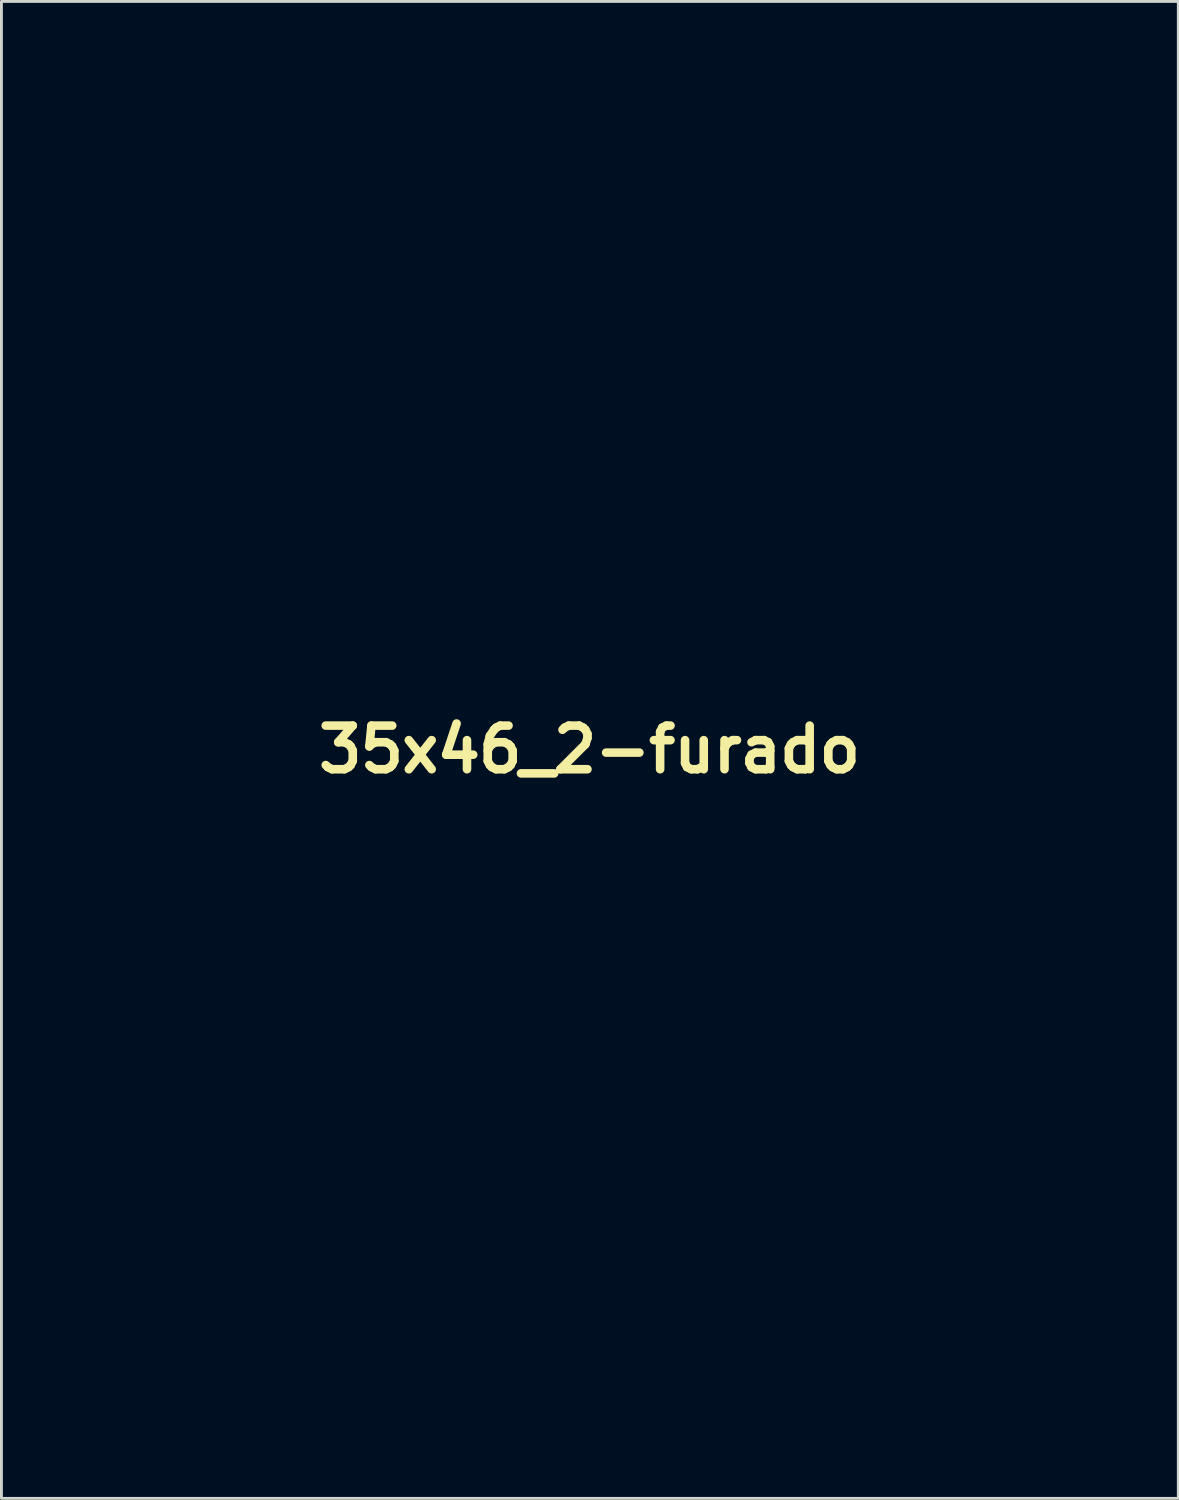
<source format=kicad_pcb>
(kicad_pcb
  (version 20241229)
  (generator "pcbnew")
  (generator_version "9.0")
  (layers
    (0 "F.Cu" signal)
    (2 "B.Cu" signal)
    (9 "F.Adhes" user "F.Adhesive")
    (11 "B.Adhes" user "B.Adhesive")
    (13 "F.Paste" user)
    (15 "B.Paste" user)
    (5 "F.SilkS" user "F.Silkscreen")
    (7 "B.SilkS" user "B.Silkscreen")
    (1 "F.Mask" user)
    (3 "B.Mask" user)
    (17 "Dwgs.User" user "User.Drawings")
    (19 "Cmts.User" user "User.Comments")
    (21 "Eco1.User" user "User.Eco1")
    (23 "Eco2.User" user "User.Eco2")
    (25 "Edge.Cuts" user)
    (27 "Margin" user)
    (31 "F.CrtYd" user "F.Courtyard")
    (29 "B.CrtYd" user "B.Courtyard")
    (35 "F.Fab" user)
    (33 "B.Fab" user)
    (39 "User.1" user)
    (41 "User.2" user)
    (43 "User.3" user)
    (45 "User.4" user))
  (footprint "35x46_2-furado"
    (layer "F.Cu")
    (at 17.55 23.14)
    (property "Reference" "35x46_2-furado" (at 0 0 0) (layer "F.SilkS") (effects (font (size 1.524 1.524) (thickness 0.3))))
    (attr board_only exclude_from_pos_files exclude_from_bom)
    (fp_poly (pts (xy 0.279 -23.09) (xy 0.691 -23.089) (xy 1.098 -23.089) (xy 1.498 -23.088) (xy 1.887 -23.088) (xy 2.263 -23.087) (xy 2.622 -23.085) (xy 2.962 -23.084) (xy 3.28 -23.083) (xy 3.573 -23.081) (xy 3.838 -23.079) (xy 4.072 -23.077) (xy 4.273 -23.074) (xy 4.437 -23.072) (xy 4.562 -23.069) (xy 4.644 -23.066) (xy 4.673 -23.064) (xy 5.105 -22.997) (xy 5.533 -22.886) (xy 5.948 -22.733) (xy 6.343 -22.541) (xy 6.528 -22.433) (xy 6.879 -22.188) (xy 7.208 -21.904) (xy 7.51 -21.588) (xy 7.78 -21.244) (xy 8.014 -20.877) (xy 8.206 -20.498) (xy 8.355 -20.112) (xy 8.461 -19.729) (xy 8.524 -19.339) (xy 8.549 -18.933) (xy 8.549 -18.879) (xy 8.549 -18.478) (xy 8.473 -18.317) (xy 8.363 -18.138) (xy 8.217 -17.986) (xy 8.043 -17.866) (xy 7.848 -17.783) (xy 7.764 -17.762) (xy 7.73 -17.759) (xy 7.652 -17.757) (xy 7.53 -17.755) (xy 7.368 -17.754) (xy 7.167 -17.752) (xy 6.93 -17.75) (xy 6.659 -17.749) (xy 6.355 -17.747) (xy 6.022 -17.746) (xy 5.661 -17.745) (xy 5.274 -17.743) (xy 4.864 -17.742) (xy 4.432 -17.741) (xy 3.982 -17.74) (xy 3.514 -17.74) (xy 3.031 -17.739) (xy 2.536 -17.738) (xy 2.03 -17.738) (xy 1.516 -17.738) (xy 0.996 -17.737) (xy 0.472 -17.737) (xy -0.055 -17.737) (xy -0.581 -17.737) (xy -1.105 -17.737) (xy -1.624 -17.737) (xy -2.136 -17.738) (xy -2.64 -17.738) (xy -3.132 -17.739) (xy -3.612 -17.739) (xy -4.076 -17.74) (xy -4.522 -17.741) (xy -4.949 -17.742) (xy -5.354 -17.743) (xy -5.736 -17.744) (xy -6.091 -17.745) (xy -6.417 -17.747) (xy -6.714 -17.748) (xy -6.978 -17.75) (xy -7.207 -17.751) (xy -7.399 -17.753) (xy -7.552 -17.755) (xy -7.664 -17.757) (xy -7.733 -17.759) (xy -7.755 -17.76) (xy -7.949 -17.822) (xy -8.126 -17.923) (xy -8.278 -18.059) (xy -8.402 -18.224) (xy -8.491 -18.412) (xy -8.493 -18.419) (xy -4.622 -18.419) (xy 4.717 -18.419) (xy 4.717 -22.405) (xy -4.622 -22.405) (xy -4.622 -18.419) (xy -8.493 -18.419) (xy -8.529 -18.548) (xy -8.544 -18.631) (xy -8.553 -18.708) (xy -8.555 -18.792) (xy -8.551 -18.895) (xy -8.542 -19.03) (xy -8.539 -19.064) (xy -8.494 -19.451) (xy -8.423 -19.809) (xy -8.322 -20.152) (xy -8.187 -20.492) (xy -8.103 -20.671) (xy -7.883 -21.065) (xy -7.628 -21.429) (xy -7.34 -21.762) (xy -7.021 -22.061) (xy -6.674 -22.326) (xy -6.301 -22.555) (xy -5.904 -22.745) (xy -5.487 -22.896) (xy -5.051 -23.005) (xy -4.665 -23.064) (xy -4.613 -23.067) (xy -4.516 -23.07) (xy -4.379 -23.072) (xy -4.203 -23.075) (xy -3.991 -23.077) (xy -3.746 -23.079) (xy -3.472 -23.081) (xy -3.17 -23.083) (xy -2.845 -23.084) (xy -2.498 -23.086) (xy -2.133 -23.087) (xy -1.753 -23.088) (xy -1.36 -23.089) (xy -0.958 -23.089) (xy -0.549 -23.089) (xy -0.136 -23.09)) (stroke (width 0.1) (type solid)) (fill no) (layer "Eco1.User"))
    (fp_poly (pts (xy 15.372 -16.165) (xy 15.497 -16.162) (xy 15.596 -16.156) (xy 15.681 -16.146) (xy 15.762 -16.131) (xy 15.834 -16.113) (xy 16.142 -16.012) (xy 16.428 -15.869) (xy 16.688 -15.687) (xy 16.888 -15.503) (xy 17.075 -15.286) (xy 17.225 -15.061) (xy 17.344 -14.816) (xy 17.439 -14.54) (xy 17.449 -14.504) (xy 17.511 -14.28) (xy 17.518 -7.293) (xy 17.524 -0.307) (xy 16.155 -0.307) (xy 16.155 -7.13) (xy 16.155 -7.877) (xy 16.155 -8.578) (xy 16.154 -9.232) (xy 16.154 -9.842) (xy 16.153 -10.408) (xy 16.153 -10.93) (xy 16.152 -11.41) (xy 16.151 -11.847) (xy 16.149 -12.243) (xy 16.148 -12.599) (xy 16.147 -12.915) (xy 16.145 -13.191) (xy 16.143 -13.43) (xy 16.141 -13.63) (xy 16.139 -13.794) (xy 16.137 -13.922) (xy 16.134 -14.014) (xy 16.132 -14.071) (xy 16.129 -14.092) (xy 16.07 -14.293) (xy 15.972 -14.468) (xy 15.838 -14.615) (xy 15.67 -14.73) (xy 15.642 -14.745) (xy 15.561 -14.782) (xy 15.49 -14.806) (xy 15.413 -14.82) (xy 15.314 -14.828) (xy 15.254 -14.831) (xy 14.903 -14.823) (xy 14.541 -14.773) (xy 14.175 -14.684) (xy 13.809 -14.556) (xy 13.45 -14.393) (xy 13.105 -14.196) (xy 12.936 -14.083) (xy 12.81 -13.985) (xy 12.666 -13.859) (xy 12.513 -13.714) (xy 12.361 -13.559) (xy 12.219 -13.403) (xy 12.096 -13.257) (xy 12.022 -13.16) (xy 11.828 -12.853) (xy 11.656 -12.512) (xy 11.509 -12.147) (xy 11.392 -11.768) (xy 11.363 -11.651) (xy 11.311 -11.426) (xy 11.303 -4.793) (xy 11.296 1.84) (xy 17.524 1.84) (xy 17.517 9.628) (xy 17.517 10.349) (xy 17.516 11.025) (xy 17.516 11.656) (xy 17.515 12.244) (xy 17.514 12.792) (xy 17.514 13.3) (xy 17.513 13.77) (xy 17.512 14.203) (xy 17.512 14.601) (xy 17.511 14.966) (xy 17.51 15.299) (xy 17.509 15.601) (xy 17.508 15.875) (xy 17.507 16.12) (xy 17.506 16.34) (xy 17.504 16.536) (xy 17.503 16.708) (xy 17.501 16.86) (xy 17.499 16.991) (xy 17.497 17.104) (xy 17.495 17.2) (xy 17.493 17.281) (xy 17.491 17.348) (xy 17.488 17.403) (xy 17.485 17.447) (xy 17.482 17.482) (xy 17.479 17.509) (xy 17.476 17.53) (xy 17.472 17.546) (xy 17.47 17.552) (xy 17.37 17.807) (xy 17.233 18.033) (xy 17.061 18.229) (xy 16.857 18.393) (xy 16.623 18.521) (xy 16.538 18.555) (xy 16.472 18.579) (xy 16.411 18.595) (xy 16.343 18.606) (xy 16.258 18.613) (xy 16.147 18.618) (xy 16.002 18.621) (xy 15.866 18.622) (xy 15.741 18.622) (xy 15.637 18.621) (xy 15.564 18.619) (xy 15.542 18.617) (xy 15.359 18.595) (xy 15.212 18.577) (xy 15.09 18.559) (xy 14.981 18.542) (xy 14.874 18.523) (xy 14.811 18.51) (xy 14.306 18.387) (xy 13.811 18.219) (xy 13.33 18.008) (xy 12.866 17.756) (xy 12.424 17.467) (xy 12.007 17.141) (xy 11.67 16.832) (xy 11.3 16.434) (xy 10.97 16.01) (xy 10.679 15.561) (xy 10.429 15.088) (xy 10.22 14.592) (xy 10.051 14.072) (xy 9.924 13.53) (xy 9.889 13.337) (xy 9.886 13.316) (xy 9.883 13.293) (xy 9.88 13.266) (xy 9.877 13.235) (xy 9.875 13.197) (xy 9.872 13.152) (xy 9.87 13.098) (xy 9.868 13.035) (xy 9.866 12.96) (xy 9.864 12.873) (xy 9.862 12.773) (xy 9.861 12.658) (xy 9.859 12.528) (xy 9.858 12.38) (xy 9.856 12.214) (xy 9.855 12.028) (xy 9.854 11.821) (xy 9.853 11.593) (xy 9.852 11.341) (xy 9.851 11.065) (xy 9.851 10.763) (xy 9.85 10.435) (xy 9.849 10.078) (xy 9.849 9.692) (xy 9.848 9.275) (xy 9.848 8.827) (xy 9.848 8.346) (xy 9.847 7.83) (xy 9.847 7.279) (xy 9.847 6.692) (xy 9.847 6.066) (xy 9.847 5.402) (xy 9.846 4.697) (xy 9.846 3.951) (xy 9.846 3.162) (xy 9.846 2.329) (xy 9.846 1.451) (xy 9.846 0.873) (xy 9.846 -11.332) (xy 9.9 -11.627) (xy 10.014 -12.129) (xy 10.17 -12.612) (xy 10.366 -13.073) (xy 10.601 -13.512) (xy 10.872 -13.924) (xy 11.18 -14.31) (xy 11.522 -14.666) (xy 11.896 -14.99) (xy 12.301 -15.281) (xy 12.736 -15.536) (xy 12.889 -15.614) (xy 13.344 -15.813) (xy 13.8 -15.967) (xy 14.261 -16.077) (xy 14.732 -16.142) (xy 15.212 -16.165)) (stroke (width 0.1) (type solid)) (fill no) (layer "Eco1.User"))
    (fp_poly (pts (xy -14.917 -16.157) (xy -14.638 -16.136) (xy -14.366 -16.098) (xy -14.083 -16.041) (xy -13.93 -16.004) (xy -13.445 -15.857) (xy -12.98 -15.668) (xy -12.537 -15.438) (xy -12.116 -15.168) (xy -11.721 -14.859) (xy -11.353 -14.512) (xy -11.014 -14.129) (xy -10.883 -13.961) (xy -10.608 -13.556) (xy -10.371 -13.125) (xy -10.173 -12.667) (xy -10.014 -12.184) (xy -9.893 -11.672) (xy -9.877 -11.588) (xy -9.823 -11.285) (xy -9.823 0.849) (xy -9.823 1.782) (xy -9.823 2.668) (xy -9.823 3.51) (xy -9.823 4.307) (xy -9.823 5.062) (xy -9.824 5.775) (xy -9.824 6.448) (xy -9.824 7.08) (xy -9.825 7.675) (xy -9.825 8.231) (xy -9.826 8.752) (xy -9.826 9.237) (xy -9.827 9.688) (xy -9.828 10.106) (xy -9.828 10.492) (xy -9.829 10.847) (xy -9.83 11.172) (xy -9.831 11.469) (xy -9.832 11.738) (xy -9.834 11.98) (xy -9.835 12.196) (xy -9.836 12.389) (xy -9.838 12.558) (xy -9.84 12.704) (xy -9.841 12.83) (xy -9.843 12.935) (xy -9.845 13.021) (xy -9.847 13.09) (xy -9.849 13.141) (xy -9.851 13.177) (xy -9.853 13.195) (xy -9.952 13.739) (xy -10.088 14.255) (xy -10.263 14.748) (xy -10.479 15.222) (xy -10.737 15.68) (xy -11.038 16.125) (xy -11.105 16.214) (xy -11.212 16.346) (xy -11.347 16.499) (xy -11.502 16.664) (xy -11.668 16.832) (xy -11.836 16.995) (xy -11.998 17.144) (xy -12.144 17.271) (xy -12.228 17.338) (xy -12.679 17.653) (xy -13.143 17.923) (xy -13.621 18.149) (xy -14.118 18.333) (xy -14.636 18.476) (xy -15.141 18.572) (xy -15.282 18.59) (xy -15.445 18.604) (xy -15.621 18.614) (xy -15.8 18.621) (xy -15.974 18.623) (xy -16.132 18.621) (xy -16.267 18.614) (xy -16.367 18.602) (xy -16.396 18.596) (xy -16.64 18.511) (xy -16.861 18.385) (xy -17.057 18.222) (xy -17.224 18.025) (xy -17.36 17.797) (xy -17.444 17.594) (xy -17.448 17.581) (xy -17.452 17.565) (xy -17.455 17.546) (xy -17.458 17.521) (xy -17.461 17.489) (xy -17.464 17.448) (xy -17.467 17.397) (xy -17.469 17.335) (xy -17.472 17.26) (xy -17.474 17.17) (xy -17.476 17.064) (xy -17.478 16.941) (xy -17.479 16.798) (xy -17.481 16.634) (xy -17.482 16.449) (xy -17.483 16.239) (xy -17.484 16.005) (xy -17.485 15.743) (xy -17.486 15.454) (xy -17.487 15.134) (xy -17.488 14.783) (xy -17.489 14.4) (xy -17.489 13.982) (xy -17.49 13.528) (xy -17.491 13.036) (xy -17.491 12.506) (xy -17.492 11.935) (xy -17.492 11.323) (xy -17.493 10.667) (xy -17.493 9.966) (xy -17.494 9.652) (xy -17.5 1.84) (xy -11.273 1.84) (xy -11.274 -4.64) (xy -11.274 -5.306) (xy -11.274 -5.926) (xy -11.274 -6.503) (xy -11.274 -7.037) (xy -11.274 -7.531) (xy -11.274 -7.987) (xy -11.275 -8.406) (xy -11.275 -8.789) (xy -11.276 -9.139) (xy -11.277 -9.458) (xy -11.279 -9.746) (xy -11.28 -10.006) (xy -11.282 -10.239) (xy -11.284 -10.448) (xy -11.287 -10.633) (xy -11.29 -10.797) (xy -11.293 -10.941) (xy -11.297 -11.068) (xy -11.301 -11.177) (xy -11.306 -11.273) (xy -11.311 -11.355) (xy -11.317 -11.426) (xy -11.323 -11.488) (xy -11.33 -11.542) (xy -11.338 -11.59) (xy -11.346 -11.633) (xy -11.355 -11.674) (xy -11.365 -11.714) (xy -11.376 -11.755) (xy -11.387 -11.799) (xy -11.389 -11.809) (xy -11.52 -12.227) (xy -11.69 -12.623) (xy -11.899 -12.994) (xy -12.143 -13.337) (xy -12.42 -13.65) (xy -12.729 -13.933) (xy -13.068 -14.182) (xy -13.433 -14.395) (xy -13.823 -14.571) (xy -14.236 -14.707) (xy -14.481 -14.766) (xy -14.606 -14.789) (xy -14.731 -14.805) (xy -14.869 -14.815) (xy -15.033 -14.82) (xy -15.106 -14.82) (xy -15.247 -14.821) (xy -15.351 -14.82) (xy -15.427 -14.816) (xy -15.483 -14.808) (xy -15.529 -14.795) (xy -15.575 -14.775) (xy -15.618 -14.754) (xy -15.784 -14.645) (xy -15.928 -14.499) (xy -16.04 -14.326) (xy -16.044 -14.316) (xy -16.12 -14.163) (xy -16.126 -7.235) (xy -16.132 -0.307) (xy -17.5 -0.307) (xy -17.494 -7.317) (xy -17.488 -14.327) (xy -17.434 -14.516) (xy -17.323 -14.828) (xy -17.173 -15.116) (xy -16.987 -15.375) (xy -16.769 -15.604) (xy -16.52 -15.799) (xy -16.244 -15.959) (xy -15.942 -16.08) (xy -15.837 -16.112) (xy -15.759 -16.131) (xy -15.684 -16.145) (xy -15.601 -16.154) (xy -15.499 -16.16) (xy -15.37 -16.163) (xy -15.223 -16.163)) (stroke (width 0.1) (type solid)) (fill no) (layer "Eco1.User"))
    (fp_poly (pts (xy 3.083 -16.506) (xy 3.399 -16.505) (xy 3.684 -16.504) (xy 3.94 -16.503) (xy 4.168 -16.501) (xy 4.37 -16.499) (xy 4.549 -16.497) (xy 4.706 -16.494) (xy 4.844 -16.49) (xy 4.964 -16.486) (xy 5.068 -16.481) (xy 5.158 -16.476) (xy 5.237 -16.47) (xy 5.306 -16.464) (xy 5.367 -16.456) (xy 5.422 -16.448) (xy 5.474 -16.439) (xy 5.523 -16.43) (xy 5.572 -16.419) (xy 5.591 -16.415) (xy 5.974 -16.309) (xy 6.348 -16.16) (xy 6.707 -15.972) (xy 7.045 -15.749) (xy 7.355 -15.494) (xy 7.63 -15.213) (xy 7.631 -15.212) (xy 7.887 -14.883) (xy 8.105 -14.528) (xy 8.286 -14.145) (xy 8.43 -13.734) (xy 8.496 -13.485) (xy 8.548 -13.266) (xy 8.555 -6.745) (xy 8.556 -6.023) (xy 8.556 -5.348) (xy 8.556 -4.717) (xy 8.557 -4.132) (xy 8.557 -3.59) (xy 8.556 -3.091) (xy 8.556 -2.633) (xy 8.555 -2.217) (xy 8.555 -1.841) (xy 8.554 -1.504) (xy 8.552 -1.206) (xy 8.551 -0.945) (xy 8.549 -0.721) (xy 8.548 -0.533) (xy 8.546 -0.379) (xy 8.543 -0.26) (xy 8.541 -0.173) (xy 8.538 -0.119) (xy 8.536 -0.099) (xy 8.476 0.09) (xy 8.38 0.278) (xy 8.254 0.456) (xy 8.107 0.612) (xy 7.947 0.735) (xy 7.887 0.77) (xy 7.823 0.805) (xy 7.766 0.834) (xy 7.713 0.858) (xy 7.658 0.877) (xy 7.598 0.893) (xy 7.529 0.906) (xy 7.444 0.916) (xy 7.341 0.924) (xy 7.214 0.929) (xy 7.058 0.934) (xy 6.871 0.938) (xy 6.646 0.941) (xy 6.38 0.944) (xy 6.309 0.945) (xy 6.014 0.949) (xy 5.761 0.954) (xy 5.545 0.959) (xy 5.36 0.964) (xy 5.201 0.971) (xy 5.062 0.98) (xy 4.94 0.992) (xy 4.828 1.005) (xy 4.72 1.022) (xy 4.613 1.043) (xy 4.499 1.067) (xy 4.375 1.095) (xy 4.363 1.098) (xy 4 1.199) (xy 3.627 1.331) (xy 3.257 1.489) (xy 2.904 1.667) (xy 2.583 1.859) (xy 2.547 1.883) (xy 2.13 2.188) (xy 1.746 2.527) (xy 1.396 2.896) (xy 1.082 3.293) (xy 0.805 3.715) (xy 0.567 4.162) (xy 0.371 4.629) (xy 0.216 5.115) (xy 0.201 5.174) (xy 0.183 5.244) (xy 0.166 5.307) (xy 0.15 5.365) (xy 0.136 5.421) (xy 0.123 5.476) (xy 0.111 5.533) (xy 0.1 5.592) (xy 0.091 5.657) (xy 0.082 5.729) (xy 0.074 5.81) (xy 0.068 5.903) (xy 0.062 6.008) (xy 0.056 6.129) (xy 0.052 6.267) (xy 0.048 6.424) (xy 0.045 6.602) (xy 0.042 6.803) (xy 0.04 7.029) (xy 0.038 7.282) (xy 0.037 7.563) (xy 0.036 7.876) (xy 0.036 8.222) (xy 0.035 8.603) (xy 0.035 9.02) (xy 0.035 9.477) (xy 0.035 9.974) (xy 0.035 10.514) (xy 0.035 11.098) (xy 0.035 11.228) (xy 0.035 16.43) (xy 0.098 16.525) (xy 0.134 16.576) (xy 0.17 16.616) (xy 0.213 16.648) (xy 0.268 16.671) (xy 0.34 16.689) (xy 0.435 16.7) (xy 0.56 16.708) (xy 0.718 16.713) (xy 0.917 16.716) (xy 0.971 16.717) (xy 1.198 16.718) (xy 1.386 16.717) (xy 1.534 16.713) (xy 1.638 16.707) (xy 1.697 16.698) (xy 1.799 16.652) (xy 1.896 16.579) (xy 1.971 16.491) (xy 1.996 16.445) (xy 2 16.43) (xy 2.003 16.401) (xy 2.007 16.358) (xy 2.009 16.298) (xy 2.012 16.219) (xy 2.014 16.121) (xy 2.017 16) (xy 2.018 15.856) (xy 2.02 15.687) (xy 2.022 15.49) (xy 2.023 15.265) (xy 2.024 15.01) (xy 2.025 14.722) (xy 2.026 14.401) (xy 2.027 14.044) (xy 2.027 13.65) (xy 2.028 13.217) (xy 2.028 12.743) (xy 2.028 12.227) (xy 2.029 11.666) (xy 2.029 11.197) (xy 2.029 10.606) (xy 2.029 10.059) (xy 2.029 9.556) (xy 2.029 9.095) (xy 2.029 8.673) (xy 2.029 8.289) (xy 2.03 7.941) (xy 2.03 7.626) (xy 2.032 7.344) (xy 2.033 7.092) (xy 2.035 6.868) (xy 2.038 6.67) (xy 2.041 6.497) (xy 2.044 6.347) (xy 2.049 6.217) (xy 2.054 6.106) (xy 2.059 6.012) (xy 2.066 5.934) (xy 2.073 5.868) (xy 2.082 5.813) (xy 2.091 5.768) (xy 2.101 5.731) (xy 2.113 5.699) (xy 2.125 5.67) (xy 2.139 5.644) (xy 2.154 5.617) (xy 2.17 5.589) (xy 2.188 5.556) (xy 2.188 5.556) (xy 2.313 5.366) (xy 2.475 5.196) (xy 2.665 5.054) (xy 2.875 4.947) (xy 3.032 4.894) (xy 3.082 4.887) (xy 3.176 4.881) (xy 3.308 4.876) (xy 3.475 4.871) (xy 3.672 4.866) (xy 3.895 4.863) (xy 4.14 4.86) (xy 4.403 4.857) (xy 4.68 4.856) (xy 4.965 4.855) (xy 5.256 4.854) (xy 5.547 4.854) (xy 5.835 4.855) (xy 6.115 4.857) (xy 6.384 4.859) (xy 6.636 4.862) (xy 6.869 4.865) (xy 7.077 4.869) (xy 7.256 4.874) (xy 7.402 4.88) (xy 7.511 4.886) (xy 7.579 4.892) (xy 7.592 4.895) (xy 7.8 4.967) (xy 7.995 5.078) (xy 8.171 5.222) (xy 8.321 5.392) (xy 8.44 5.582) (xy 8.519 5.786) (xy 8.536 5.854) (xy 8.539 5.884) (xy 8.541 5.946) (xy 8.544 6.041) (xy 8.546 6.171) (xy 8.548 6.335) (xy 8.549 6.535) (xy 8.551 6.771) (xy 8.552 7.045) (xy 8.554 7.356) (xy 8.555 7.707) (xy 8.555 8.097) (xy 8.556 8.527) (xy 8.556 8.999) (xy 8.557 9.513) (xy 8.557 10.07) (xy 8.557 10.67) (xy 8.556 11.315) (xy 8.556 12.005) (xy 8.555 12.741) (xy 8.555 13.03) (xy 8.548 20.082) (xy 8.486 20.329) (xy 8.363 20.737) (xy 8.205 21.114) (xy 8.012 21.462) (xy 7.781 21.786) (xy 7.681 21.907) (xy 7.413 22.18) (xy 7.115 22.423) (xy 6.791 22.634) (xy 6.448 22.811) (xy 6.091 22.949) (xy 5.725 23.046) (xy 5.357 23.1) (xy 5.277 23.106) (xy 5.047 23.119) (xy 5.047 11.32) (xy 2.311 11.32) (xy 2.311 17.028) (xy -1.698 17.028) (xy -1.698 11.556) (xy -5.047 11.556) (xy -5.047 23.112) (xy -5.206 23.11) (xy -5.302 23.105) (xy -5.423 23.093) (xy -5.551 23.075) (xy -5.606 23.066) (xy -5.997 22.974) (xy -6.372 22.839) (xy -6.729 22.663) (xy -7.064 22.449) (xy -7.373 22.2) (xy -7.653 21.919) (xy -7.9 21.607) (xy -8.111 21.267) (xy -8.154 21.186) (xy -8.316 20.823) (xy -8.435 20.453) (xy -8.512 20.066) (xy -8.538 19.836) (xy -8.54 19.797) (xy -8.542 19.724) (xy -8.543 19.615) (xy -8.545 19.471) (xy -8.546 19.291) (xy -8.548 19.075) (xy -8.549 18.821) (xy -8.55 18.531) (xy -8.551 18.202) (xy -8.552 17.835) (xy -8.553 17.43) (xy -8.554 16.986) (xy -8.555 16.502) (xy -8.555 15.977) (xy -8.556 15.413) (xy -8.556 14.807) (xy -8.557 14.161) (xy -8.557 13.472) (xy -8.557 12.741) (xy -8.557 11.967) (xy -8.557 11.15) (xy -8.557 10.29) (xy -8.557 9.385) (xy -8.557 8.436) (xy -8.557 7.442) (xy -8.557 6.402) (xy -8.556 5.317) (xy -8.556 4.185) (xy -8.555 3.196) (xy -8.555 2.141) (xy -8.554 1.133) (xy -8.554 0.17) (xy -8.553 -0.66) (xy -6.108 -0.66) (xy 6.604 -0.66) (xy 6.604 -13.679) (xy -6.108 -13.679) (xy -6.108 -0.66) (xy -8.553 -0.66) (xy -8.553 -0.749) (xy -8.553 -1.626) (xy -8.552 -2.46) (xy -8.552 -3.253) (xy -8.551 -4.006) (xy -8.551 -4.721) (xy -8.55 -5.398) (xy -8.55 -6.038) (xy -8.549 -6.642) (xy -8.549 -7.212) (xy -8.548 -7.748) (xy -8.547 -8.251) (xy -8.547 -8.723) (xy -8.546 -9.165) (xy -8.545 -9.577) (xy -8.545 -9.96) (xy -8.544 -10.316) (xy -8.543 -10.646) (xy -8.542 -10.951) (xy -8.541 -11.231) (xy -8.54 -11.488) (xy -8.539 -11.723) (xy -8.538 -11.937) (xy -8.537 -12.131) (xy -8.535 -12.305) (xy -8.534 -12.462) (xy -8.533 -12.602) (xy -8.531 -12.726) (xy -8.529 -12.835) (xy -8.528 -12.93) (xy -8.526 -13.012) (xy -8.524 -13.083) (xy -8.522 -13.143) (xy -8.52 -13.193) (xy -8.518 -13.235) (xy -8.516 -13.269) (xy -8.514 -13.297) (xy -8.511 -13.319) (xy -8.509 -13.336) (xy -8.506 -13.349) (xy -8.4 -13.775) (xy -8.261 -14.169) (xy -8.088 -14.534) (xy -7.879 -14.872) (xy -7.632 -15.188) (xy -7.443 -15.391) (xy -7.138 -15.667) (xy -6.812 -15.903) (xy -6.462 -16.101) (xy -6.085 -16.263) (xy -5.679 -16.39) (xy -5.401 -16.454) (xy -5.375 -16.459) (xy -5.345 -16.463) (xy -5.308 -16.467) (xy -5.263 -16.471) (xy -5.208 -16.474) (xy -5.14 -16.477) (xy -5.058 -16.48) (xy -4.96 -16.482) (xy -4.844 -16.484) (xy -4.708 -16.487) (xy -4.55 -16.488) (xy -4.369 -16.49) (xy -4.161 -16.492) (xy -3.926 -16.493) (xy -3.661 -16.494) (xy -3.365 -16.496) (xy -3.035 -16.497) (xy -2.67 -16.498) (xy -2.267 -16.499) (xy -1.826 -16.5) (xy -1.343 -16.501) (xy -0.817 -16.502) (xy -0.246 -16.503) (xy -0.177 -16.503) (xy 0.415 -16.504) (xy 0.961 -16.505) (xy 1.464 -16.505) (xy 1.926 -16.506) (xy 2.348 -16.506) (xy 2.733 -16.506)) (stroke (width 0.1) (type solid)) (fill no) (layer "Eco1.User")))
  (gr_rect
    (start -3 -3)
    (end 38.124 49.309)
    (stroke (width 0.1) (type default))
    (fill no)
    (layer "Edge.Cuts")))
</source>
